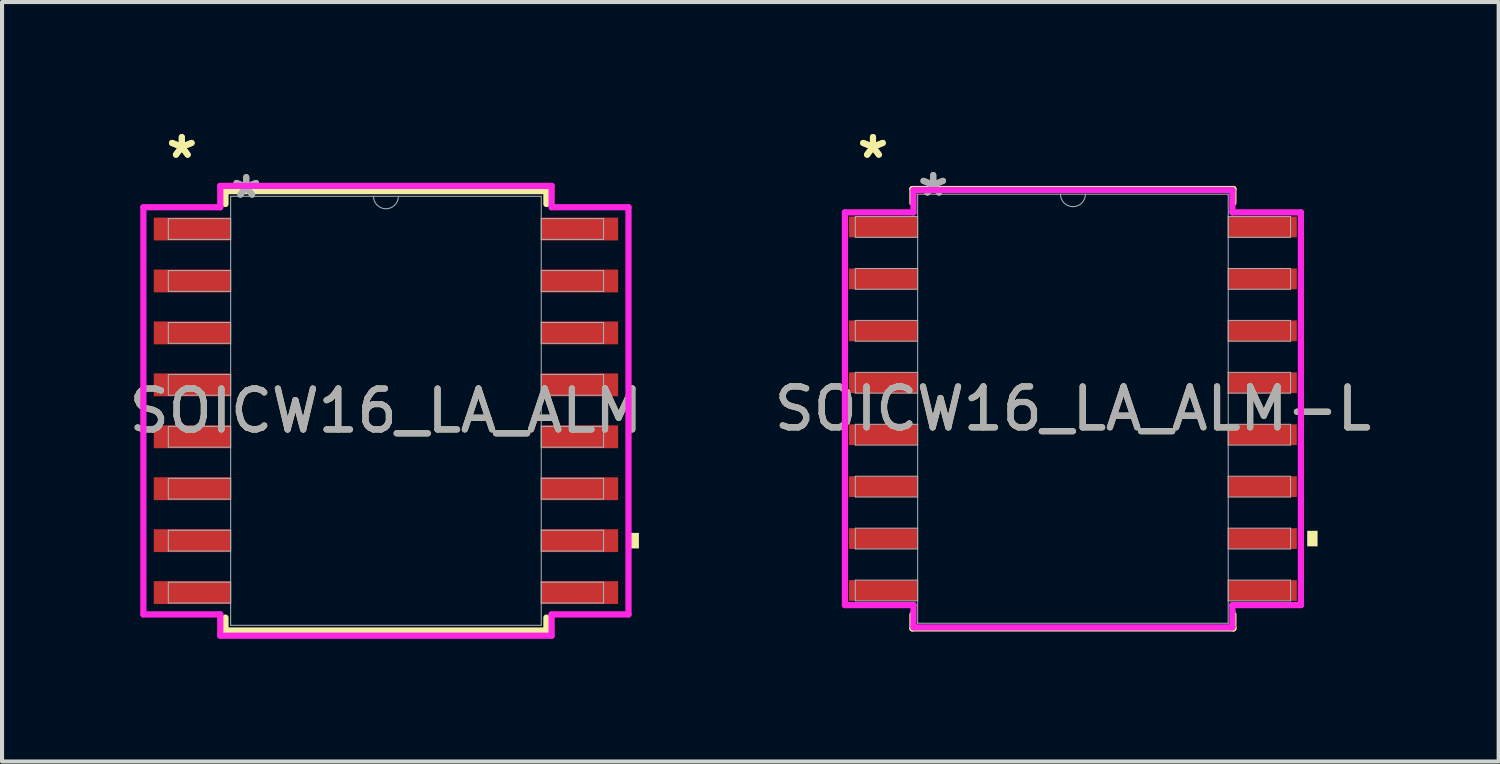
<source format=kicad_pcb>
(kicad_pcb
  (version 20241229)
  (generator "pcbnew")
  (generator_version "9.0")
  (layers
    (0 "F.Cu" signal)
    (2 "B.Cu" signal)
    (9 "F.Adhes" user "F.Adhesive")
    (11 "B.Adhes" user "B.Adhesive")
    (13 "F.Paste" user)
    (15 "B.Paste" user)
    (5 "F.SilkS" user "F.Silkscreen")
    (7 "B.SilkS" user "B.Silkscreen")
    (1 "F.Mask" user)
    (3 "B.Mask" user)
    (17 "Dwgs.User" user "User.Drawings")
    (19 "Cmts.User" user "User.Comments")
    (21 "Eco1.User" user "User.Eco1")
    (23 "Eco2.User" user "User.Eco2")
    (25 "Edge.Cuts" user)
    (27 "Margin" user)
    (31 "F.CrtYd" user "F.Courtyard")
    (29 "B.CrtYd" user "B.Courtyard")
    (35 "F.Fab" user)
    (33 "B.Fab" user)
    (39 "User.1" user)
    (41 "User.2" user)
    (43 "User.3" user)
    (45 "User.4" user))
  (footprint "SOICW16_LA_ALM-L"
    (layer "F.Cu")
    (at 23.185 6.944)
    (property "Reference" "SOICW16_LA_ALM-L" (at 0 0 0) (unlocked yes) (layer "F.SilkS") (effects (font (size 1 1) (thickness 0.15))))
    (attr smd)
    (fp_line (start -3.924 -5.372) (end -3.924 -5.032) (stroke (width 0.152) (type solid)) (layer "F.SilkS"))
    (fp_line (start -3.924 5.032) (end -3.924 5.372) (stroke (width 0.152) (type solid)) (layer "F.SilkS"))
    (fp_line (start -3.924 5.372) (end 3.924 5.372) (stroke (width 0.152) (type solid)) (layer "F.SilkS"))
    (fp_line (start 3.924 -5.372) (end -3.924 -5.372) (stroke (width 0.152) (type solid)) (layer "F.SilkS"))
    (fp_line (start 3.924 -5.032) (end 3.924 -5.372) (stroke (width 0.152) (type solid)) (layer "F.SilkS"))
    (fp_line (start 3.924 5.372) (end 3.924 5.032) (stroke (width 0.152) (type solid)) (layer "F.SilkS"))
    (fp_poly (pts (xy 5.982 2.985) (xy 5.982 3.365) (xy 5.728 3.365) (xy 5.728 2.985)) (stroke (width 0) (type solid)) (fill yes) (layer "F.SilkS"))
    (fp_line (start -5.575 -4.801) (end -3.899 -4.801) (stroke (width 0.152) (type solid)) (layer "F.CrtYd"))
    (fp_line (start -5.575 4.801) (end -5.575 -4.801) (stroke (width 0.152) (type solid)) (layer "F.CrtYd"))
    (fp_line (start -5.575 4.801) (end -3.899 4.801) (stroke (width 0.152) (type solid)) (layer "F.CrtYd"))
    (fp_line (start -3.899 -5.347) (end 3.899 -5.347) (stroke (width 0.152) (type solid)) (layer "F.CrtYd"))
    (fp_line (start -3.899 -4.801) (end -3.899 -5.347) (stroke (width 0.152) (type solid)) (layer "F.CrtYd"))
    (fp_line (start -3.899 5.347) (end -3.899 4.801) (stroke (width 0.152) (type solid)) (layer "F.CrtYd"))
    (fp_line (start 3.899 -5.347) (end 3.899 -4.801) (stroke (width 0.152) (type solid)) (layer "F.CrtYd"))
    (fp_line (start 3.899 4.801) (end 3.899 5.347) (stroke (width 0.152) (type solid)) (layer "F.CrtYd"))
    (fp_line (start 3.899 5.347) (end -3.899 5.347) (stroke (width 0.152) (type solid)) (layer "F.CrtYd"))
    (fp_line (start 5.575 -4.801) (end 3.899 -4.801) (stroke (width 0.152) (type solid)) (layer "F.CrtYd"))
    (fp_line (start 5.575 -4.801) (end 5.575 4.801) (stroke (width 0.152) (type solid)) (layer "F.CrtYd"))
    (fp_line (start 5.575 4.801) (end 3.899 4.801) (stroke (width 0.152) (type solid)) (layer "F.CrtYd"))
    (fp_line (start -5.321 -4.699) (end -5.321 -4.191) (stroke (width 0.025) (type solid)) (layer "F.Fab"))
    (fp_line (start -5.321 -4.191) (end -3.797 -4.191) (stroke (width 0.025) (type solid)) (layer "F.Fab"))
    (fp_line (start -5.321 -3.429) (end -5.321 -2.921) (stroke (width 0.025) (type solid)) (layer "F.Fab"))
    (fp_line (start -5.321 -2.921) (end -3.797 -2.921) (stroke (width 0.025) (type solid)) (layer "F.Fab"))
    (fp_line (start -5.321 -2.159) (end -5.321 -1.651) (stroke (width 0.025) (type solid)) (layer "F.Fab"))
    (fp_line (start -5.321 -1.651) (end -3.797 -1.651) (stroke (width 0.025) (type solid)) (layer "F.Fab"))
    (fp_line (start -5.321 -0.889) (end -5.321 -0.381) (stroke (width 0.025) (type solid)) (layer "F.Fab"))
    (fp_line (start -5.321 -0.381) (end -3.797 -0.381) (stroke (width 0.025) (type solid)) (layer "F.Fab"))
    (fp_line (start -5.321 0.381) (end -5.321 0.889) (stroke (width 0.025) (type solid)) (layer "F.Fab"))
    (fp_line (start -5.321 0.889) (end -3.797 0.889) (stroke (width 0.025) (type solid)) (layer "F.Fab"))
    (fp_line (start -5.321 1.651) (end -5.321 2.159) (stroke (width 0.025) (type solid)) (layer "F.Fab"))
    (fp_line (start -5.321 2.159) (end -3.797 2.159) (stroke (width 0.025) (type solid)) (layer "F.Fab"))
    (fp_line (start -5.321 2.921) (end -5.321 3.429) (stroke (width 0.025) (type solid)) (layer "F.Fab"))
    (fp_line (start -5.321 3.429) (end -3.797 3.429) (stroke (width 0.025) (type solid)) (layer "F.Fab"))
    (fp_line (start -5.321 4.191) (end -5.321 4.699) (stroke (width 0.025) (type solid)) (layer "F.Fab"))
    (fp_line (start -5.321 4.699) (end -3.797 4.699) (stroke (width 0.025) (type solid)) (layer "F.Fab"))
    (fp_line (start -3.797 -5.245) (end -3.797 5.245) (stroke (width 0.025) (type solid)) (layer "F.Fab"))
    (fp_line (start -3.797 -4.699) (end -5.321 -4.699) (stroke (width 0.025) (type solid)) (layer "F.Fab"))
    (fp_line (start -3.797 -4.191) (end -3.797 -4.699) (stroke (width 0.025) (type solid)) (layer "F.Fab"))
    (fp_line (start -3.797 -3.429) (end -5.321 -3.429) (stroke (width 0.025) (type solid)) (layer "F.Fab"))
    (fp_line (start -3.797 -2.921) (end -3.797 -3.429) (stroke (width 0.025) (type solid)) (layer "F.Fab"))
    (fp_line (start -3.797 -2.159) (end -5.321 -2.159) (stroke (width 0.025) (type solid)) (layer "F.Fab"))
    (fp_line (start -3.797 -1.651) (end -3.797 -2.159) (stroke (width 0.025) (type solid)) (layer "F.Fab"))
    (fp_line (start -3.797 -0.889) (end -5.321 -0.889) (stroke (width 0.025) (type solid)) (layer "F.Fab"))
    (fp_line (start -3.797 -0.381) (end -3.797 -0.889) (stroke (width 0.025) (type solid)) (layer "F.Fab"))
    (fp_line (start -3.797 0.381) (end -5.321 0.381) (stroke (width 0.025) (type solid)) (layer "F.Fab"))
    (fp_line (start -3.797 0.889) (end -3.797 0.381) (stroke (width 0.025) (type solid)) (layer "F.Fab"))
    (fp_line (start -3.797 1.651) (end -5.321 1.651) (stroke (width 0.025) (type solid)) (layer "F.Fab"))
    (fp_line (start -3.797 2.159) (end -3.797 1.651) (stroke (width 0.025) (type solid)) (layer "F.Fab"))
    (fp_line (start -3.797 2.921) (end -5.321 2.921) (stroke (width 0.025) (type solid)) (layer "F.Fab"))
    (fp_line (start -3.797 3.429) (end -3.797 2.921) (stroke (width 0.025) (type solid)) (layer "F.Fab"))
    (fp_line (start -3.797 4.191) (end -5.321 4.191) (stroke (width 0.025) (type solid)) (layer "F.Fab"))
    (fp_line (start -3.797 4.699) (end -3.797 4.191) (stroke (width 0.025) (type solid)) (layer "F.Fab"))
    (fp_line (start -3.797 5.245) (end 3.797 5.245) (stroke (width 0.025) (type solid)) (layer "F.Fab"))
    (fp_line (start 3.797 -5.245) (end -3.797 -5.245) (stroke (width 0.025) (type solid)) (layer "F.Fab"))
    (fp_line (start 3.797 -4.699) (end 3.797 -4.191) (stroke (width 0.025) (type solid)) (layer "F.Fab"))
    (fp_line (start 3.797 -4.191) (end 5.321 -4.191) (stroke (width 0.025) (type solid)) (layer "F.Fab"))
    (fp_line (start 3.797 -3.429) (end 3.797 -2.921) (stroke (width 0.025) (type solid)) (layer "F.Fab"))
    (fp_line (start 3.797 -2.921) (end 5.321 -2.921) (stroke (width 0.025) (type solid)) (layer "F.Fab"))
    (fp_line (start 3.797 -2.159) (end 3.797 -1.651) (stroke (width 0.025) (type solid)) (layer "F.Fab"))
    (fp_line (start 3.797 -1.651) (end 5.321 -1.651) (stroke (width 0.025) (type solid)) (layer "F.Fab"))
    (fp_line (start 3.797 -0.889) (end 3.797 -0.381) (stroke (width 0.025) (type solid)) (layer "F.Fab"))
    (fp_line (start 3.797 -0.381) (end 5.321 -0.381) (stroke (width 0.025) (type solid)) (layer "F.Fab"))
    (fp_line (start 3.797 0.381) (end 3.797 0.889) (stroke (width 0.025) (type solid)) (layer "F.Fab"))
    (fp_line (start 3.797 0.889) (end 5.321 0.889) (stroke (width 0.025) (type solid)) (layer "F.Fab"))
    (fp_line (start 3.797 1.651) (end 3.797 2.159) (stroke (width 0.025) (type solid)) (layer "F.Fab"))
    (fp_line (start 3.797 2.159) (end 5.321 2.159) (stroke (width 0.025) (type solid)) (layer "F.Fab"))
    (fp_line (start 3.797 2.921) (end 3.797 3.429) (stroke (width 0.025) (type solid)) (layer "F.Fab"))
    (fp_line (start 3.797 3.429) (end 5.321 3.429) (stroke (width 0.025) (type solid)) (layer "F.Fab"))
    (fp_line (start 3.797 4.191) (end 3.797 4.699) (stroke (width 0.025) (type solid)) (layer "F.Fab"))
    (fp_line (start 3.797 4.699) (end 5.321 4.699) (stroke (width 0.025) (type solid)) (layer "F.Fab"))
    (fp_line (start 3.797 5.245) (end 3.797 -5.245) (stroke (width 0.025) (type solid)) (layer "F.Fab"))
    (fp_line (start 5.321 -4.699) (end 3.797 -4.699) (stroke (width 0.025) (type solid)) (layer "F.Fab"))
    (fp_line (start 5.321 -4.191) (end 5.321 -4.699) (stroke (width 0.025) (type solid)) (layer "F.Fab"))
    (fp_line (start 5.321 -3.429) (end 3.797 -3.429) (stroke (width 0.025) (type solid)) (layer "F.Fab"))
    (fp_line (start 5.321 -2.921) (end 5.321 -3.429) (stroke (width 0.025) (type solid)) (layer "F.Fab"))
    (fp_line (start 5.321 -2.159) (end 3.797 -2.159) (stroke (width 0.025) (type solid)) (layer "F.Fab"))
    (fp_line (start 5.321 -1.651) (end 5.321 -2.159) (stroke (width 0.025) (type solid)) (layer "F.Fab"))
    (fp_line (start 5.321 -0.889) (end 3.797 -0.889) (stroke (width 0.025) (type solid)) (layer "F.Fab"))
    (fp_line (start 5.321 -0.381) (end 5.321 -0.889) (stroke (width 0.025) (type solid)) (layer "F.Fab"))
    (fp_line (start 5.321 0.381) (end 3.797 0.381) (stroke (width 0.025) (type solid)) (layer "F.Fab"))
    (fp_line (start 5.321 0.889) (end 5.321 0.381) (stroke (width 0.025) (type solid)) (layer "F.Fab"))
    (fp_line (start 5.321 1.651) (end 3.797 1.651) (stroke (width 0.025) (type solid)) (layer "F.Fab"))
    (fp_line (start 5.321 2.159) (end 5.321 1.651) (stroke (width 0.025) (type solid)) (layer "F.Fab"))
    (fp_line (start 5.321 2.921) (end 3.797 2.921) (stroke (width 0.025) (type solid)) (layer "F.Fab"))
    (fp_line (start 5.321 3.429) (end 5.321 2.921) (stroke (width 0.025) (type solid)) (layer "F.Fab"))
    (fp_line (start 5.321 4.191) (end 3.797 4.191) (stroke (width 0.025) (type solid)) (layer "F.Fab"))
    (fp_line (start 5.321 4.699) (end 5.321 4.191) (stroke (width 0.025) (type solid)) (layer "F.Fab"))
    (fp_arc (start 0.3048 -5.2451) (mid 0 -4.9403) (end -0.3048 -5.2451) (stroke (width 0.0254) (type solid)) (layer "F.Fab"))
    (fp_text user "*" (at -4.889 -6.096 0) (unlocked yes) (layer "F.SilkS") (effects (font (size 1 1) (thickness 0.15))))
    (fp_text user "*" (at -4.889 -6.096 0) (layer "F.SilkS") (effects (font (size 1 1) (thickness 0.15))))
    (fp_text user "${REFERENCE}" (at 0 0 0) (unlocked yes) (layer "F.Fab") (effects (font (size 1 1) (thickness 0.15))))
    (fp_text user "*" (at -3.416 -5.169 0) (layer "F.Fab") (effects (font (size 1 1) (thickness 0.15))))
    (fp_text user "*" (at -3.416 -5.169 0) (unlocked yes) (layer "F.Fab") (effects (font (size 1 1) (thickness 0.15))))
    (pad "1" smd rect (at -4.636 -4.445) (size 1.676 0.508) (layers "F.Cu" "F.Mask" "F.Paste"))
    (pad "2" smd rect (at -4.636 -3.175) (size 1.676 0.508) (layers "F.Cu" "F.Mask" "F.Paste"))
    (pad "3" smd rect (at -4.636 -1.905) (size 1.676 0.508) (layers "F.Cu" "F.Mask" "F.Paste"))
    (pad "4" smd rect (at -4.636 -0.635) (size 1.676 0.508) (layers "F.Cu" "F.Mask" "F.Paste"))
    (pad "5" smd rect (at -4.636 0.635) (size 1.676 0.508) (layers "F.Cu" "F.Mask" "F.Paste"))
    (pad "6" smd rect (at -4.636 1.905) (size 1.676 0.508) (layers "F.Cu" "F.Mask" "F.Paste"))
    (pad "7" smd rect (at -4.636 3.175) (size 1.676 0.508) (layers "F.Cu" "F.Mask" "F.Paste"))
    (pad "8" smd rect (at -4.636 4.445) (size 1.676 0.508) (layers "F.Cu" "F.Mask" "F.Paste"))
    (pad "9" smd rect (at 4.636 4.445) (size 1.676 0.508) (layers "F.Cu" "F.Mask" "F.Paste"))
    (pad "10" smd rect (at 4.636 3.175) (size 1.676 0.508) (layers "F.Cu" "F.Mask" "F.Paste"))
    (pad "11" smd rect (at 4.636 1.905) (size 1.676 0.508) (layers "F.Cu" "F.Mask" "F.Paste"))
    (pad "12" smd rect (at 4.636 0.635) (size 1.676 0.508) (layers "F.Cu" "F.Mask" "F.Paste"))
    (pad "13" smd rect (at 4.636 -0.635) (size 1.676 0.508) (layers "F.Cu" "F.Mask" "F.Paste"))
    (pad "14" smd rect (at 4.636 -1.905) (size 1.676 0.508) (layers "F.Cu" "F.Mask" "F.Paste"))
    (pad "15" smd rect (at 4.636 -3.175) (size 1.676 0.508) (layers "F.Cu" "F.Mask" "F.Paste"))
    (pad "16" smd rect (at 4.636 -4.445) (size 1.676 0.508) (layers "F.Cu" "F.Mask" "F.Paste")))
  (footprint "SOICW16_LA_ALM"
    (layer "F.Cu")
    (at 6.387 6.995)
    (property "Reference" "SOICW16_LA_ALM" (at 0 0 0) (unlocked yes) (layer "F.SilkS") (effects (font (size 1 1) (thickness 0.15))))
    (attr smd)
    (fp_line (start -3.924 -5.372) (end -3.924 -5.057) (stroke (width 0.152) (type solid)) (layer "F.SilkS"))
    (fp_line (start -3.924 5.057) (end -3.924 5.372) (stroke (width 0.152) (type solid)) (layer "F.SilkS"))
    (fp_line (start -3.924 5.372) (end 3.924 5.372) (stroke (width 0.152) (type solid)) (layer "F.SilkS"))
    (fp_line (start 3.924 -5.372) (end -3.924 -5.372) (stroke (width 0.152) (type solid)) (layer "F.SilkS"))
    (fp_line (start 3.924 -5.057) (end 3.924 -5.372) (stroke (width 0.152) (type solid)) (layer "F.SilkS"))
    (fp_line (start 3.924 5.372) (end 3.924 5.057) (stroke (width 0.152) (type solid)) (layer "F.SilkS"))
    (fp_poly (pts (xy 6.185 2.985) (xy 6.185 3.365) (xy 5.931 3.365) (xy 5.931 2.985)) (stroke (width 0) (type solid)) (fill yes) (layer "F.SilkS"))
    (fp_line (start -5.931 -4.978) (end -4.051 -4.978) (stroke (width 0.152) (type solid)) (layer "F.CrtYd"))
    (fp_line (start -5.931 4.978) (end -5.931 -4.978) (stroke (width 0.152) (type solid)) (layer "F.CrtYd"))
    (fp_line (start -5.931 4.978) (end -4.051 4.978) (stroke (width 0.152) (type solid)) (layer "F.CrtYd"))
    (fp_line (start -4.051 -5.499) (end 4.051 -5.499) (stroke (width 0.152) (type solid)) (layer "F.CrtYd"))
    (fp_line (start -4.051 -4.978) (end -4.051 -5.499) (stroke (width 0.152) (type solid)) (layer "F.CrtYd"))
    (fp_line (start -4.051 5.499) (end -4.051 4.978) (stroke (width 0.152) (type solid)) (layer "F.CrtYd"))
    (fp_line (start 4.051 -5.499) (end 4.051 -4.978) (stroke (width 0.152) (type solid)) (layer "F.CrtYd"))
    (fp_line (start 4.051 4.978) (end 4.051 5.499) (stroke (width 0.152) (type solid)) (layer "F.CrtYd"))
    (fp_line (start 4.051 5.499) (end -4.051 5.499) (stroke (width 0.152) (type solid)) (layer "F.CrtYd"))
    (fp_line (start 5.931 -4.978) (end 4.051 -4.978) (stroke (width 0.152) (type solid)) (layer "F.CrtYd"))
    (fp_line (start 5.931 -4.978) (end 5.931 4.978) (stroke (width 0.152) (type solid)) (layer "F.CrtYd"))
    (fp_line (start 5.931 4.978) (end 4.051 4.978) (stroke (width 0.152) (type solid)) (layer "F.CrtYd"))
    (fp_line (start -5.321 -4.699) (end -5.321 -4.191) (stroke (width 0.025) (type solid)) (layer "F.Fab"))
    (fp_line (start -5.321 -4.191) (end -3.797 -4.191) (stroke (width 0.025) (type solid)) (layer "F.Fab"))
    (fp_line (start -5.321 -3.429) (end -5.321 -2.921) (stroke (width 0.025) (type solid)) (layer "F.Fab"))
    (fp_line (start -5.321 -2.921) (end -3.797 -2.921) (stroke (width 0.025) (type solid)) (layer "F.Fab"))
    (fp_line (start -5.321 -2.159) (end -5.321 -1.651) (stroke (width 0.025) (type solid)) (layer "F.Fab"))
    (fp_line (start -5.321 -1.651) (end -3.797 -1.651) (stroke (width 0.025) (type solid)) (layer "F.Fab"))
    (fp_line (start -5.321 -0.889) (end -5.321 -0.381) (stroke (width 0.025) (type solid)) (layer "F.Fab"))
    (fp_line (start -5.321 -0.381) (end -3.797 -0.381) (stroke (width 0.025) (type solid)) (layer "F.Fab"))
    (fp_line (start -5.321 0.381) (end -5.321 0.889) (stroke (width 0.025) (type solid)) (layer "F.Fab"))
    (fp_line (start -5.321 0.889) (end -3.797 0.889) (stroke (width 0.025) (type solid)) (layer "F.Fab"))
    (fp_line (start -5.321 1.651) (end -5.321 2.159) (stroke (width 0.025) (type solid)) (layer "F.Fab"))
    (fp_line (start -5.321 2.159) (end -3.797 2.159) (stroke (width 0.025) (type solid)) (layer "F.Fab"))
    (fp_line (start -5.321 2.921) (end -5.321 3.429) (stroke (width 0.025) (type solid)) (layer "F.Fab"))
    (fp_line (start -5.321 3.429) (end -3.797 3.429) (stroke (width 0.025) (type solid)) (layer "F.Fab"))
    (fp_line (start -5.321 4.191) (end -5.321 4.699) (stroke (width 0.025) (type solid)) (layer "F.Fab"))
    (fp_line (start -5.321 4.699) (end -3.797 4.699) (stroke (width 0.025) (type solid)) (layer "F.Fab"))
    (fp_line (start -3.797 -5.245) (end -3.797 5.245) (stroke (width 0.025) (type solid)) (layer "F.Fab"))
    (fp_line (start -3.797 -4.699) (end -5.321 -4.699) (stroke (width 0.025) (type solid)) (layer "F.Fab"))
    (fp_line (start -3.797 -4.191) (end -3.797 -4.699) (stroke (width 0.025) (type solid)) (layer "F.Fab"))
    (fp_line (start -3.797 -3.429) (end -5.321 -3.429) (stroke (width 0.025) (type solid)) (layer "F.Fab"))
    (fp_line (start -3.797 -2.921) (end -3.797 -3.429) (stroke (width 0.025) (type solid)) (layer "F.Fab"))
    (fp_line (start -3.797 -2.159) (end -5.321 -2.159) (stroke (width 0.025) (type solid)) (layer "F.Fab"))
    (fp_line (start -3.797 -1.651) (end -3.797 -2.159) (stroke (width 0.025) (type solid)) (layer "F.Fab"))
    (fp_line (start -3.797 -0.889) (end -5.321 -0.889) (stroke (width 0.025) (type solid)) (layer "F.Fab"))
    (fp_line (start -3.797 -0.381) (end -3.797 -0.889) (stroke (width 0.025) (type solid)) (layer "F.Fab"))
    (fp_line (start -3.797 0.381) (end -5.321 0.381) (stroke (width 0.025) (type solid)) (layer "F.Fab"))
    (fp_line (start -3.797 0.889) (end -3.797 0.381) (stroke (width 0.025) (type solid)) (layer "F.Fab"))
    (fp_line (start -3.797 1.651) (end -5.321 1.651) (stroke (width 0.025) (type solid)) (layer "F.Fab"))
    (fp_line (start -3.797 2.159) (end -3.797 1.651) (stroke (width 0.025) (type solid)) (layer "F.Fab"))
    (fp_line (start -3.797 2.921) (end -5.321 2.921) (stroke (width 0.025) (type solid)) (layer "F.Fab"))
    (fp_line (start -3.797 3.429) (end -3.797 2.921) (stroke (width 0.025) (type solid)) (layer "F.Fab"))
    (fp_line (start -3.797 4.191) (end -5.321 4.191) (stroke (width 0.025) (type solid)) (layer "F.Fab"))
    (fp_line (start -3.797 4.699) (end -3.797 4.191) (stroke (width 0.025) (type solid)) (layer "F.Fab"))
    (fp_line (start -3.797 5.245) (end 3.797 5.245) (stroke (width 0.025) (type solid)) (layer "F.Fab"))
    (fp_line (start 3.797 -5.245) (end -3.797 -5.245) (stroke (width 0.025) (type solid)) (layer "F.Fab"))
    (fp_line (start 3.797 -4.699) (end 3.797 -4.191) (stroke (width 0.025) (type solid)) (layer "F.Fab"))
    (fp_line (start 3.797 -4.191) (end 5.321 -4.191) (stroke (width 0.025) (type solid)) (layer "F.Fab"))
    (fp_line (start 3.797 -3.429) (end 3.797 -2.921) (stroke (width 0.025) (type solid)) (layer "F.Fab"))
    (fp_line (start 3.797 -2.921) (end 5.321 -2.921) (stroke (width 0.025) (type solid)) (layer "F.Fab"))
    (fp_line (start 3.797 -2.159) (end 3.797 -1.651) (stroke (width 0.025) (type solid)) (layer "F.Fab"))
    (fp_line (start 3.797 -1.651) (end 5.321 -1.651) (stroke (width 0.025) (type solid)) (layer "F.Fab"))
    (fp_line (start 3.797 -0.889) (end 3.797 -0.381) (stroke (width 0.025) (type solid)) (layer "F.Fab"))
    (fp_line (start 3.797 -0.381) (end 5.321 -0.381) (stroke (width 0.025) (type solid)) (layer "F.Fab"))
    (fp_line (start 3.797 0.381) (end 3.797 0.889) (stroke (width 0.025) (type solid)) (layer "F.Fab"))
    (fp_line (start 3.797 0.889) (end 5.321 0.889) (stroke (width 0.025) (type solid)) (layer "F.Fab"))
    (fp_line (start 3.797 1.651) (end 3.797 2.159) (stroke (width 0.025) (type solid)) (layer "F.Fab"))
    (fp_line (start 3.797 2.159) (end 5.321 2.159) (stroke (width 0.025) (type solid)) (layer "F.Fab"))
    (fp_line (start 3.797 2.921) (end 3.797 3.429) (stroke (width 0.025) (type solid)) (layer "F.Fab"))
    (fp_line (start 3.797 3.429) (end 5.321 3.429) (stroke (width 0.025) (type solid)) (layer "F.Fab"))
    (fp_line (start 3.797 4.191) (end 3.797 4.699) (stroke (width 0.025) (type solid)) (layer "F.Fab"))
    (fp_line (start 3.797 4.699) (end 5.321 4.699) (stroke (width 0.025) (type solid)) (layer "F.Fab"))
    (fp_line (start 3.797 5.245) (end 3.797 -5.245) (stroke (width 0.025) (type solid)) (layer "F.Fab"))
    (fp_line (start 5.321 -4.699) (end 3.797 -4.699) (stroke (width 0.025) (type solid)) (layer "F.Fab"))
    (fp_line (start 5.321 -4.191) (end 5.321 -4.699) (stroke (width 0.025) (type solid)) (layer "F.Fab"))
    (fp_line (start 5.321 -3.429) (end 3.797 -3.429) (stroke (width 0.025) (type solid)) (layer "F.Fab"))
    (fp_line (start 5.321 -2.921) (end 5.321 -3.429) (stroke (width 0.025) (type solid)) (layer "F.Fab"))
    (fp_line (start 5.321 -2.159) (end 3.797 -2.159) (stroke (width 0.025) (type solid)) (layer "F.Fab"))
    (fp_line (start 5.321 -1.651) (end 5.321 -2.159) (stroke (width 0.025) (type solid)) (layer "F.Fab"))
    (fp_line (start 5.321 -0.889) (end 3.797 -0.889) (stroke (width 0.025) (type solid)) (layer "F.Fab"))
    (fp_line (start 5.321 -0.381) (end 5.321 -0.889) (stroke (width 0.025) (type solid)) (layer "F.Fab"))
    (fp_line (start 5.321 0.381) (end 3.797 0.381) (stroke (width 0.025) (type solid)) (layer "F.Fab"))
    (fp_line (start 5.321 0.889) (end 5.321 0.381) (stroke (width 0.025) (type solid)) (layer "F.Fab"))
    (fp_line (start 5.321 1.651) (end 3.797 1.651) (stroke (width 0.025) (type solid)) (layer "F.Fab"))
    (fp_line (start 5.321 2.159) (end 5.321 1.651) (stroke (width 0.025) (type solid)) (layer "F.Fab"))
    (fp_line (start 5.321 2.921) (end 3.797 2.921) (stroke (width 0.025) (type solid)) (layer "F.Fab"))
    (fp_line (start 5.321 3.429) (end 5.321 2.921) (stroke (width 0.025) (type solid)) (layer "F.Fab"))
    (fp_line (start 5.321 4.191) (end 3.797 4.191) (stroke (width 0.025) (type solid)) (layer "F.Fab"))
    (fp_line (start 5.321 4.699) (end 5.321 4.191) (stroke (width 0.025) (type solid)) (layer "F.Fab"))
    (fp_arc (start 0.3048 -5.2451) (mid 0 -4.9403) (end -0.3048 -5.2451) (stroke (width 0.0254) (type solid)) (layer "F.Fab"))
    (fp_text user "*" (at -4.991 -6.147 0) (unlocked yes) (layer "F.SilkS") (effects (font (size 1 1) (thickness 0.15))))
    (fp_text user "*" (at -4.991 -6.147 0) (layer "F.SilkS") (effects (font (size 1 1) (thickness 0.15))))
    (fp_text user "*" (at -3.416 -5.169 0) (layer "F.Fab") (effects (font (size 1 1) (thickness 0.15))))
    (fp_text user "*" (at -3.416 -5.169 0) (unlocked yes) (layer "F.Fab") (effects (font (size 1 1) (thickness 0.15))))
    (fp_text user "${REFERENCE}" (at 0 0 0) (unlocked yes) (layer "F.Fab") (effects (font (size 1 1) (thickness 0.15))))
    (pad "1" smd rect (at -4.737 -4.445) (size 1.88 0.559) (layers "F.Cu" "F.Mask" "F.Paste"))
    (pad "2" smd rect (at -4.737 -3.175) (size 1.88 0.559) (layers "F.Cu" "F.Mask" "F.Paste"))
    (pad "3" smd rect (at -4.737 -1.905) (size 1.88 0.559) (layers "F.Cu" "F.Mask" "F.Paste"))
    (pad "4" smd rect (at -4.737 -0.635) (size 1.88 0.559) (layers "F.Cu" "F.Mask" "F.Paste"))
    (pad "5" smd rect (at -4.737 0.635) (size 1.88 0.559) (layers "F.Cu" "F.Mask" "F.Paste"))
    (pad "6" smd rect (at -4.737 1.905) (size 1.88 0.559) (layers "F.Cu" "F.Mask" "F.Paste"))
    (pad "7" smd rect (at -4.737 3.175) (size 1.88 0.559) (layers "F.Cu" "F.Mask" "F.Paste"))
    (pad "8" smd rect (at -4.737 4.445) (size 1.88 0.559) (layers "F.Cu" "F.Mask" "F.Paste"))
    (pad "9" smd rect (at 4.737 4.445) (size 1.88 0.559) (layers "F.Cu" "F.Mask" "F.Paste"))
    (pad "10" smd rect (at 4.737 3.175) (size 1.88 0.559) (layers "F.Cu" "F.Mask" "F.Paste"))
    (pad "11" smd rect (at 4.737 1.905) (size 1.88 0.559) (layers "F.Cu" "F.Mask" "F.Paste"))
    (pad "12" smd rect (at 4.737 0.635) (size 1.88 0.559) (layers "F.Cu" "F.Mask" "F.Paste"))
    (pad "13" smd rect (at 4.737 -0.635) (size 1.88 0.559) (layers "F.Cu" "F.Mask" "F.Paste"))
    (pad "14" smd rect (at 4.737 -1.905) (size 1.88 0.559) (layers "F.Cu" "F.Mask" "F.Paste"))
    (pad "15" smd rect (at 4.737 -3.175) (size 1.88 0.559) (layers "F.Cu" "F.Mask" "F.Paste"))
    (pad "16" smd rect (at 4.737 -4.445) (size 1.88 0.559) (layers "F.Cu" "F.Mask" "F.Paste")))
  (gr_rect
    (start -3 -3)
    (end 33.595 15.57)
    (stroke (width 0.1) (type default))
    (fill no)
    (layer "Edge.Cuts")))
</source>
